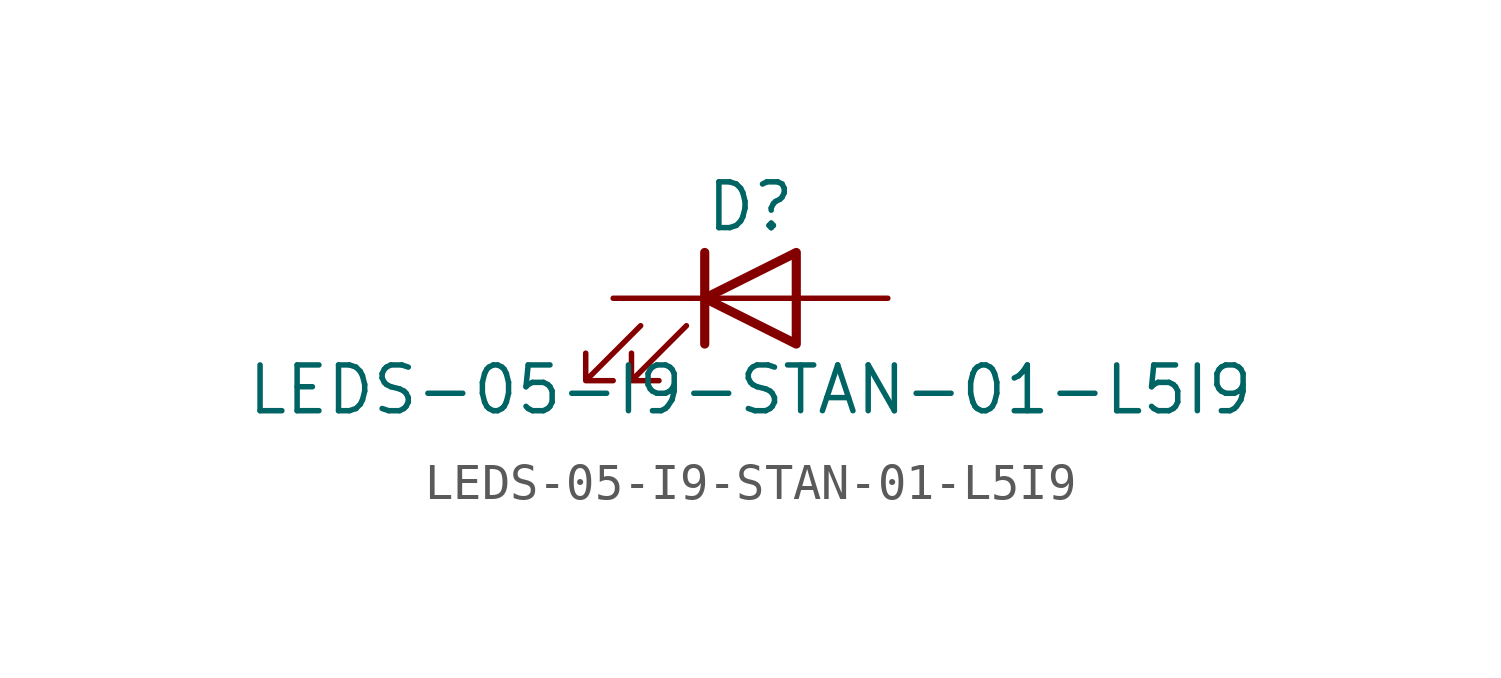
<source format=kicad_sym>
(kicad_symbol_lib
  (version 20211014)
  (generator kicad_symbol_editor)
  (symbol "LEDS-05-I9-STAN-01-L5I9"
    (pin_numbers hide)
    (pin_names
      (offset 1.016) hide)
    (property "Reference" "D"
      (at 0 2.54 0)
      (effects (font (size 1.27 1.27))))
    (property "Value" "LEDS-05-I9-STAN-01-L5I9"
      (at 0 -2.54 0)
      (effects (font (size 1.27 1.27))))
    (symbol "LEDS-05-I9-STAN-01-L5I9_0_1"
      (polyline (pts (xy -1.27 -1.27) (xy -1.27 1.27)) (stroke (width 0.254) (type default) (color 0 0 0 0)) (fill (type none)))
      (polyline (pts (xy -1.27 0) (xy 1.27 0)) (stroke (width 0) (type default) (color 0 0 0 0)) (fill (type none)))
      (polyline (pts (xy 1.27 -1.27) (xy 1.27 1.27) (xy -1.27 0) (xy 1.27 -1.27)) (stroke (width 0.254) (type default) (color 0 0 0 0)) (fill (type none)))
      (polyline (pts (xy -3.048 -0.762) (xy -4.572 -2.286) (xy -3.81 -2.286) (xy -4.572 -2.286) (xy -4.572 -1.524)) (stroke (width 0) (type default) (color 0 0 0 0)) (fill (type none)))
      (polyline (pts (xy -1.778 -0.762) (xy -3.302 -2.286) (xy -2.54 -2.286) (xy -3.302 -2.286) (xy -3.302 -1.524)) (stroke (width 0) (type default) (color 0 0 0 0)) (fill (type none))))
    (symbol "LEDS-05-I9-STAN-01-L5I9_1_1"
      (pin passive line (at -3.81 0 0) (length 2.54) (name "K" (effects (font (size 1.27 1.27)))) (number "1" (effects (font (size 1.27 1.27)))))
      (pin passive line (at 3.81 0 180) (length 2.54) (name "A" (effects (font (size 1.27 1.27)))) (number "2" (effects (font (size 1.27 1.27))))))))
</source>
